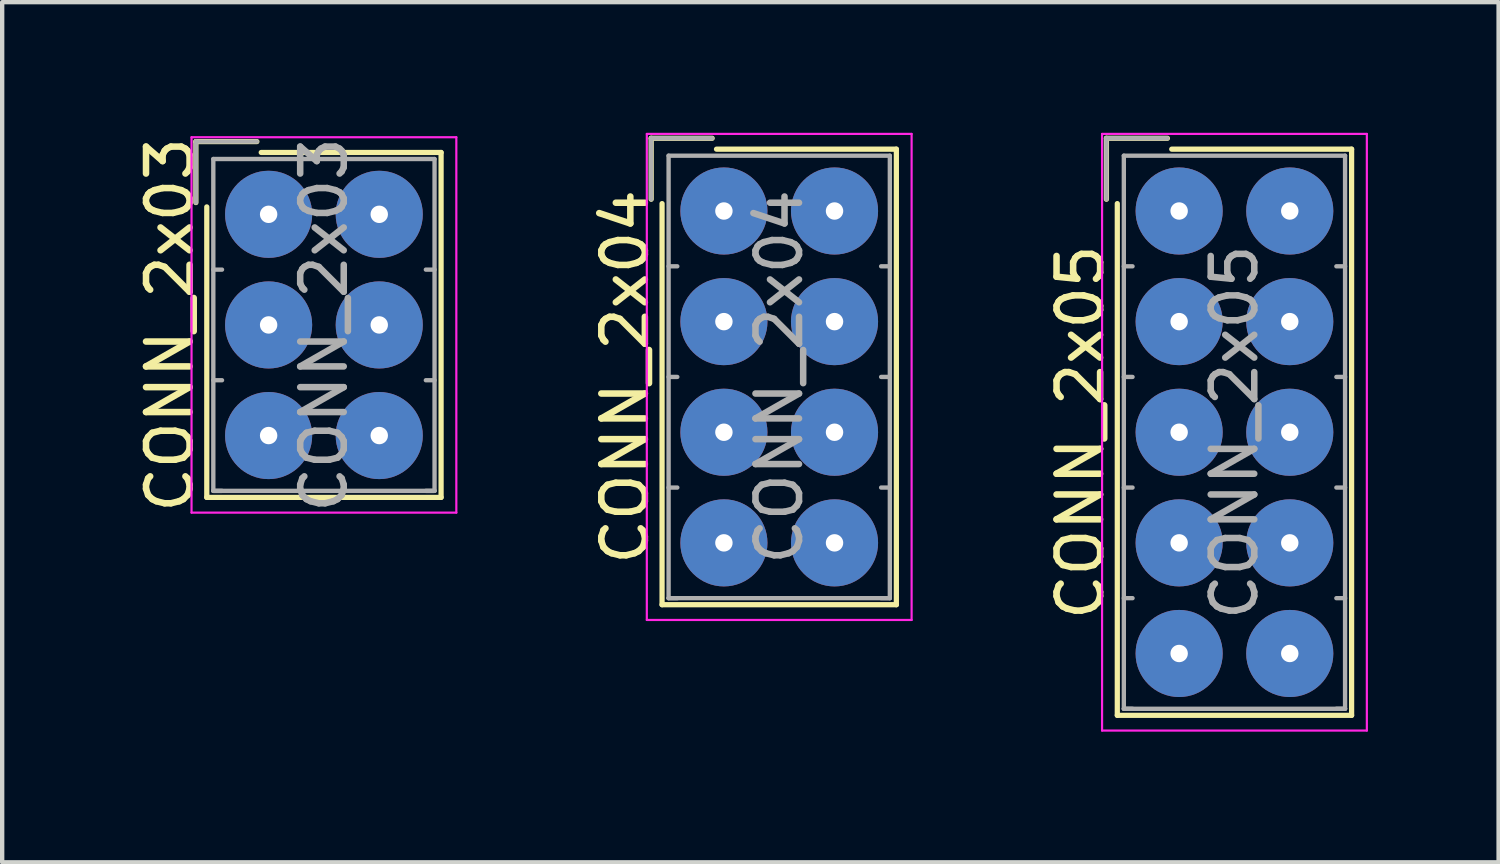
<source format=kicad_pcb>
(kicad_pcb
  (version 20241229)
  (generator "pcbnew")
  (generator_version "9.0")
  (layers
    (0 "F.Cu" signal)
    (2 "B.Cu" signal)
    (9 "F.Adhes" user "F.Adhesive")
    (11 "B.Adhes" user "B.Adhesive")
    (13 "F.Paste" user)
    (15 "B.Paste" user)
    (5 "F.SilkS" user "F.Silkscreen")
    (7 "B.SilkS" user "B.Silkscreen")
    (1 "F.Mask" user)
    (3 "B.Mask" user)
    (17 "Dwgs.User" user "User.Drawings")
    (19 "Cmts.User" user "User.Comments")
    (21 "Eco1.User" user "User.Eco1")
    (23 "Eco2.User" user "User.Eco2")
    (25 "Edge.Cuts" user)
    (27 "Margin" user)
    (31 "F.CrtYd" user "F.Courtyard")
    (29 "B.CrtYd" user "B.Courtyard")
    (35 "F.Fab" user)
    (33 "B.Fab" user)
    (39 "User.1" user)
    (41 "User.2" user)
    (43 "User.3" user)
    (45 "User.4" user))
  (footprint "CONN_2x05"
    (layer "F.Cu")
    (at 24.025 1.795)
    (property "Reference" "CONN_2x05" (at -2.27 5.08 90) (layer "F.SilkS") (effects (font (size 1 1) (thickness 0.15))))
    (attr through_hole)
    (fp_line (start -1.67 -1.67) (end -1.67 -0.27) (stroke (width 0.12) (type solid)) (layer "F.SilkS"))
    (fp_line (start -1.42 11.58) (end -1.42 -0.17) (stroke (width 0.12) (type solid)) (layer "F.SilkS"))
    (fp_line (start -0.27 -1.67) (end -1.67 -1.67) (stroke (width 0.12) (type solid)) (layer "F.SilkS"))
    (fp_line (start -0.17 -1.42) (end 3.96 -1.42) (stroke (width 0.12) (type solid)) (layer "F.SilkS"))
    (fp_line (start 3.96 -1.42) (end 3.96 11.58) (stroke (width 0.12) (type solid)) (layer "F.SilkS"))
    (fp_line (start 3.96 11.58) (end -1.42 11.58) (stroke (width 0.12) (type solid)) (layer "F.SilkS"))
    (fp_line (start -1.77 -1.77) (end -1.77 11.93) (stroke (width 0.05) (type solid)) (layer "F.CrtYd"))
    (fp_line (start -1.77 11.93) (end 4.31 11.93) (stroke (width 0.05) (type solid)) (layer "F.CrtYd"))
    (fp_line (start 4.31 -1.77) (end -1.77 -1.77) (stroke (width 0.05) (type solid)) (layer "F.CrtYd"))
    (fp_line (start 4.31 11.93) (end 4.31 -1.77) (stroke (width 0.05) (type solid)) (layer "F.CrtYd"))
    (fp_line (start -1.67 -1.67) (end -1.67 -0.27) (stroke (width 0.1) (type solid)) (layer "F.Fab"))
    (fp_line (start -1.27 -1.27) (end -1.27 11.43) (stroke (width 0.1) (type solid)) (layer "F.Fab"))
    (fp_line (start -1.27 1.27) (end -1.07 1.27) (stroke (width 0.1) (type solid)) (layer "F.Fab"))
    (fp_line (start -1.27 3.81) (end -1.07 3.81) (stroke (width 0.1) (type solid)) (layer "F.Fab"))
    (fp_line (start -1.27 6.35) (end -1.07 6.35) (stroke (width 0.1) (type solid)) (layer "F.Fab"))
    (fp_line (start -1.27 8.89) (end -1.07 8.89) (stroke (width 0.1) (type solid)) (layer "F.Fab"))
    (fp_line (start -1.27 11.43) (end -1.07 11.43) (stroke (width 0.1) (type solid)) (layer "F.Fab"))
    (fp_line (start -1.27 11.43) (end 3.81 11.43) (stroke (width 0.1) (type solid)) (layer "F.Fab"))
    (fp_line (start -0.27 -1.67) (end -1.67 -1.67) (stroke (width 0.1) (type solid)) (layer "F.Fab"))
    (fp_line (start 3.81 -1.27) (end -1.27 -1.27) (stroke (width 0.1) (type solid)) (layer "F.Fab"))
    (fp_line (start 3.81 1.27) (end 3.61 1.27) (stroke (width 0.1) (type solid)) (layer "F.Fab"))
    (fp_line (start 3.81 3.81) (end 3.61 3.81) (stroke (width 0.1) (type solid)) (layer "F.Fab"))
    (fp_line (start 3.81 6.35) (end 3.61 6.35) (stroke (width 0.1) (type solid)) (layer "F.Fab"))
    (fp_line (start 3.81 8.89) (end 3.61 8.89) (stroke (width 0.1) (type solid)) (layer "F.Fab"))
    (fp_line (start 3.81 11.43) (end 3.61 11.43) (stroke (width 0.1) (type solid)) (layer "F.Fab"))
    (fp_line (start 3.81 11.43) (end 3.81 -1.27) (stroke (width 0.1) (type solid)) (layer "F.Fab"))
    (fp_text user "${REFERENCE}" (at 1.27 5.08 90) (layer "F.Fab") (effects (font (size 1 1) (thickness 0.15))))
    (pad "1" thru_hole circle (at 0 0) (size 2 2) (drill 0.4) (layers "*.Cu" "*.Mask"))
    (pad "2" thru_hole circle (at 2.54 0) (size 2 2) (drill 0.4) (layers "*.Cu" "*.Mask"))
    (pad "3" thru_hole circle (at 0 2.54) (size 2 2) (drill 0.4) (layers "*.Cu" "*.Mask"))
    (pad "4" thru_hole circle (at 2.54 2.54) (size 2 2) (drill 0.4) (layers "*.Cu" "*.Mask"))
    (pad "5" thru_hole circle (at 0 5.08) (size 2 2) (drill 0.4) (layers "*.Cu" "*.Mask"))
    (pad "6" thru_hole circle (at 2.54 5.08) (size 2 2) (drill 0.4) (layers "*.Cu" "*.Mask"))
    (pad "7" thru_hole circle (at 0 7.62) (size 2 2) (drill 0.4) (layers "*.Cu" "*.Mask"))
    (pad "8" thru_hole circle (at 2.54 7.62) (size 2 2) (drill 0.4) (layers "*.Cu" "*.Mask"))
    (pad "9" thru_hole circle (at 0 10.16) (size 2 2) (drill 0.4) (layers "*.Cu" "*.Mask"))
    (pad "10" thru_hole circle (at 2.54 10.16) (size 2 2) (drill 0.4) (layers "*.Cu" "*.Mask")))
  (footprint "CONN_2x03"
    (layer "F.Cu")
    (at 3.118 1.871)
    (property "Reference" "CONN_2x03" (at -2.27 2.54 90) (layer "F.SilkS") (effects (font (size 1 1) (thickness 0.15))))
    (attr through_hole)
    (fp_line (start -1.67 -1.67) (end -1.67 -0.27) (stroke (width 0.12) (type solid)) (layer "F.SilkS"))
    (fp_line (start -1.42 6.5) (end -1.42 -0.17) (stroke (width 0.12) (type solid)) (layer "F.SilkS"))
    (fp_line (start -0.27 -1.67) (end -1.67 -1.67) (stroke (width 0.12) (type solid)) (layer "F.SilkS"))
    (fp_line (start -0.17 -1.42) (end 3.96 -1.42) (stroke (width 0.12) (type solid)) (layer "F.SilkS"))
    (fp_line (start 3.96 -1.42) (end 3.96 6.5) (stroke (width 0.12) (type solid)) (layer "F.SilkS"))
    (fp_line (start 3.96 6.5) (end -1.42 6.5) (stroke (width 0.12) (type solid)) (layer "F.SilkS"))
    (fp_line (start -1.77 -1.77) (end -1.77 6.85) (stroke (width 0.05) (type solid)) (layer "F.CrtYd"))
    (fp_line (start -1.77 6.85) (end 4.31 6.85) (stroke (width 0.05) (type solid)) (layer "F.CrtYd"))
    (fp_line (start 4.31 -1.77) (end -1.77 -1.77) (stroke (width 0.05) (type solid)) (layer "F.CrtYd"))
    (fp_line (start 4.31 6.85) (end 4.31 -1.77) (stroke (width 0.05) (type solid)) (layer "F.CrtYd"))
    (fp_line (start -1.67 -1.67) (end -1.67 -0.27) (stroke (width 0.1) (type solid)) (layer "F.Fab"))
    (fp_line (start -1.27 -1.27) (end -1.27 6.35) (stroke (width 0.1) (type solid)) (layer "F.Fab"))
    (fp_line (start -1.27 1.27) (end -1.07 1.27) (stroke (width 0.1) (type solid)) (layer "F.Fab"))
    (fp_line (start -1.27 3.81) (end -1.07 3.81) (stroke (width 0.1) (type solid)) (layer "F.Fab"))
    (fp_line (start -1.27 6.35) (end -1.07 6.35) (stroke (width 0.1) (type solid)) (layer "F.Fab"))
    (fp_line (start -1.27 6.35) (end 3.81 6.35) (stroke (width 0.1) (type solid)) (layer "F.Fab"))
    (fp_line (start -0.27 -1.67) (end -1.67 -1.67) (stroke (width 0.1) (type solid)) (layer "F.Fab"))
    (fp_line (start 3.81 -1.27) (end -1.27 -1.27) (stroke (width 0.1) (type solid)) (layer "F.Fab"))
    (fp_line (start 3.81 1.27) (end 3.61 1.27) (stroke (width 0.1) (type solid)) (layer "F.Fab"))
    (fp_line (start 3.81 3.81) (end 3.61 3.81) (stroke (width 0.1) (type solid)) (layer "F.Fab"))
    (fp_line (start 3.81 6.35) (end 3.61 6.35) (stroke (width 0.1) (type solid)) (layer "F.Fab"))
    (fp_line (start 3.81 6.35) (end 3.81 -1.27) (stroke (width 0.1) (type solid)) (layer "F.Fab"))
    (fp_text user "${REFERENCE}" (at 1.27 2.54 90) (layer "F.Fab") (effects (font (size 1 1) (thickness 0.15))))
    (pad "1" thru_hole circle (at 0 0) (size 2 2) (drill 0.4) (layers "*.Cu" "*.Mask"))
    (pad "2" thru_hole circle (at 2.54 0) (size 2 2) (drill 0.4) (layers "*.Cu" "*.Mask"))
    (pad "3" thru_hole circle (at 0 2.54) (size 2 2) (drill 0.4) (layers "*.Cu" "*.Mask"))
    (pad "4" thru_hole circle (at 2.54 2.54) (size 2 2) (drill 0.4) (layers "*.Cu" "*.Mask"))
    (pad "5" thru_hole circle (at 0 5.08) (size 2 2) (drill 0.4) (layers "*.Cu" "*.Mask"))
    (pad "6" thru_hole circle (at 2.54 5.08) (size 2 2) (drill 0.4) (layers "*.Cu" "*.Mask")))
  (footprint "CONN_2x04"
    (layer "F.Cu")
    (at 13.572 1.795)
    (property "Reference" "CONN_2x04" (at -2.27 3.81 90) (layer "F.SilkS") (effects (font (size 1 1) (thickness 0.15))))
    (attr through_hole)
    (fp_line (start -1.67 -1.67) (end -1.67 -0.27) (stroke (width 0.12) (type solid)) (layer "F.SilkS"))
    (fp_line (start -1.42 9.04) (end -1.42 -0.17) (stroke (width 0.12) (type solid)) (layer "F.SilkS"))
    (fp_line (start -0.27 -1.67) (end -1.67 -1.67) (stroke (width 0.12) (type solid)) (layer "F.SilkS"))
    (fp_line (start -0.17 -1.42) (end 3.96 -1.42) (stroke (width 0.12) (type solid)) (layer "F.SilkS"))
    (fp_line (start 3.96 -1.42) (end 3.96 9.04) (stroke (width 0.12) (type solid)) (layer "F.SilkS"))
    (fp_line (start 3.96 9.04) (end -1.42 9.04) (stroke (width 0.12) (type solid)) (layer "F.SilkS"))
    (fp_line (start -1.77 -1.77) (end -1.77 9.39) (stroke (width 0.05) (type solid)) (layer "F.CrtYd"))
    (fp_line (start -1.77 9.39) (end 4.31 9.39) (stroke (width 0.05) (type solid)) (layer "F.CrtYd"))
    (fp_line (start 4.31 -1.77) (end -1.77 -1.77) (stroke (width 0.05) (type solid)) (layer "F.CrtYd"))
    (fp_line (start 4.31 9.39) (end 4.31 -1.77) (stroke (width 0.05) (type solid)) (layer "F.CrtYd"))
    (fp_line (start -1.67 -1.67) (end -1.67 -0.27) (stroke (width 0.1) (type solid)) (layer "F.Fab"))
    (fp_line (start -1.27 -1.27) (end -1.27 8.89) (stroke (width 0.1) (type solid)) (layer "F.Fab"))
    (fp_line (start -1.27 1.27) (end -1.07 1.27) (stroke (width 0.1) (type solid)) (layer "F.Fab"))
    (fp_line (start -1.27 3.81) (end -1.07 3.81) (stroke (width 0.1) (type solid)) (layer "F.Fab"))
    (fp_line (start -1.27 6.35) (end -1.07 6.35) (stroke (width 0.1) (type solid)) (layer "F.Fab"))
    (fp_line (start -1.27 8.89) (end -1.07 8.89) (stroke (width 0.1) (type solid)) (layer "F.Fab"))
    (fp_line (start -1.27 8.89) (end 3.81 8.89) (stroke (width 0.1) (type solid)) (layer "F.Fab"))
    (fp_line (start -0.27 -1.67) (end -1.67 -1.67) (stroke (width 0.1) (type solid)) (layer "F.Fab"))
    (fp_line (start 3.81 -1.27) (end -1.27 -1.27) (stroke (width 0.1) (type solid)) (layer "F.Fab"))
    (fp_line (start 3.81 1.27) (end 3.61 1.27) (stroke (width 0.1) (type solid)) (layer "F.Fab"))
    (fp_line (start 3.81 3.81) (end 3.61 3.81) (stroke (width 0.1) (type solid)) (layer "F.Fab"))
    (fp_line (start 3.81 6.35) (end 3.61 6.35) (stroke (width 0.1) (type solid)) (layer "F.Fab"))
    (fp_line (start 3.81 8.89) (end 3.61 8.89) (stroke (width 0.1) (type solid)) (layer "F.Fab"))
    (fp_line (start 3.81 8.89) (end 3.81 -1.27) (stroke (width 0.1) (type solid)) (layer "F.Fab"))
    (fp_text user "${REFERENCE}" (at 1.27 3.81 90) (layer "F.Fab") (effects (font (size 1 1) (thickness 0.15))))
    (pad "1" thru_hole circle (at 0 0) (size 2 2) (drill 0.4) (layers "*.Cu" "*.Mask"))
    (pad "2" thru_hole circle (at 2.54 0) (size 2 2) (drill 0.4) (layers "*.Cu" "*.Mask"))
    (pad "3" thru_hole circle (at 0 2.54) (size 2 2) (drill 0.4) (layers "*.Cu" "*.Mask"))
    (pad "4" thru_hole circle (at 2.54 2.54) (size 2 2) (drill 0.4) (layers "*.Cu" "*.Mask"))
    (pad "5" thru_hole circle (at 0 5.08) (size 2 2) (drill 0.4) (layers "*.Cu" "*.Mask"))
    (pad "6" thru_hole circle (at 2.54 5.08) (size 2 2) (drill 0.4) (layers "*.Cu" "*.Mask"))
    (pad "7" thru_hole circle (at 0 7.62) (size 2 2) (drill 0.4) (layers "*.Cu" "*.Mask"))
    (pad "8" thru_hole circle (at 2.54 7.62) (size 2 2) (drill 0.4) (layers "*.Cu" "*.Mask")))
  (gr_rect
    (start -3 -3)
    (end 31.36 16.75)
    (stroke (width 0.1) (type default))
    (fill no)
    (layer "Edge.Cuts")))
</source>
